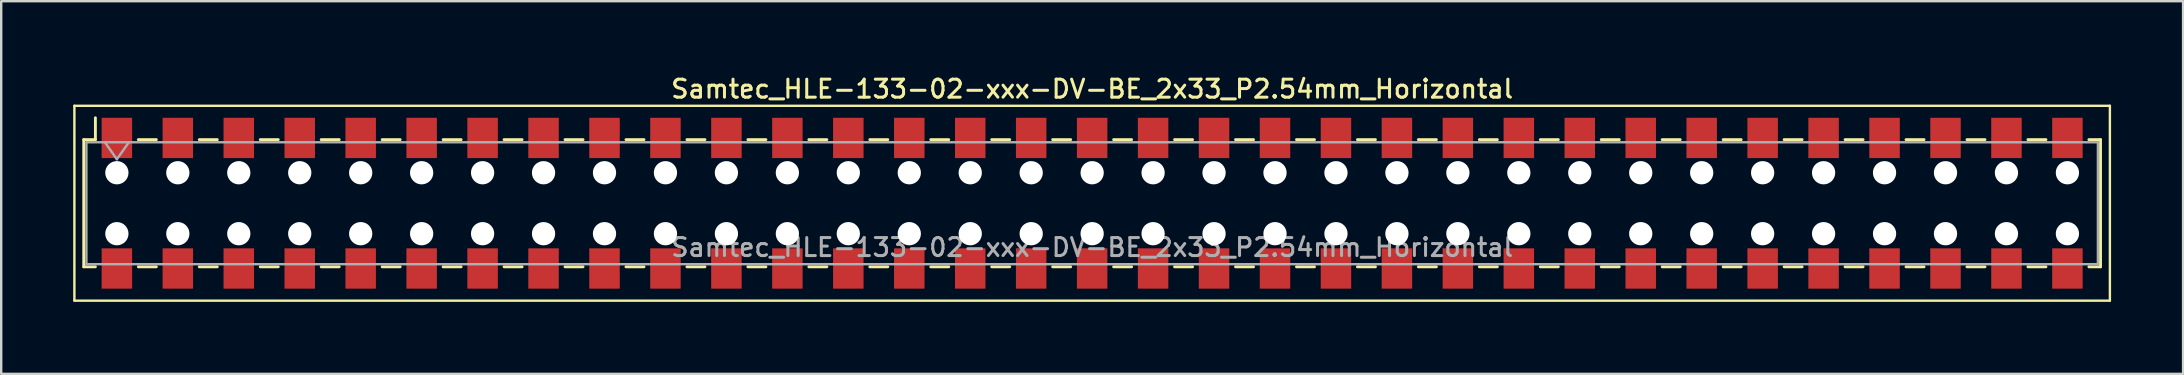
<source format=kicad_pcb>
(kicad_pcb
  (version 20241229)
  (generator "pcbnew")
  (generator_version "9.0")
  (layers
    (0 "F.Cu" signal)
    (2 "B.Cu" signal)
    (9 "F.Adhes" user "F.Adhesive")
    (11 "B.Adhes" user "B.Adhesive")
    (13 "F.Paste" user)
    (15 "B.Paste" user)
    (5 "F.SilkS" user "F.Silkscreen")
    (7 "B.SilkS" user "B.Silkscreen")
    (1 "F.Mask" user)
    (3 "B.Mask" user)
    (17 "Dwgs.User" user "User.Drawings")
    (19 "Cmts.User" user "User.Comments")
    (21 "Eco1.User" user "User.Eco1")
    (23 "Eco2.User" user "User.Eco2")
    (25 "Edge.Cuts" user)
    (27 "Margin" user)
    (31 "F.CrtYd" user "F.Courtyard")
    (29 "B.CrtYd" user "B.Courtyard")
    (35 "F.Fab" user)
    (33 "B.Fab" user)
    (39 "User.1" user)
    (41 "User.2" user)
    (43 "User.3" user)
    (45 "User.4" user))
  (footprint "Samtec_HLE-133-02-xxx-DV-BE_2x33_P2.54mm_Horizontal"
    (layer "F.Cu")
    (at 42.46 5.418)
    (property "Reference" "Samtec_HLE-133-02-xxx-DV-BE_2x33_P2.54mm_Horizontal" (at 0 -4.76 0) (layer "F.SilkS") (effects (font (size 0.75 0.75) (thickness 0.125))))
    (attr smd)
    (fp_line (start -42.41 -4.06) (end 42.41 -4.06) (stroke (width 0.1) (type solid)) (layer "F.SilkS"))
    (fp_line (start -42.41 4.06) (end -42.41 -4.06) (stroke (width 0.1) (type solid)) (layer "F.SilkS"))
    (fp_line (start -42.02 -2.65) (end -42.02 2.65) (stroke (width 0.12) (type solid)) (layer "F.SilkS"))
    (fp_line (start -42.02 2.65) (end -41.535 2.65) (stroke (width 0.12) (type solid)) (layer "F.SilkS"))
    (fp_line (start -41.535 -3.56) (end -41.535 -2.65) (stroke (width 0.12) (type solid)) (layer "F.SilkS"))
    (fp_line (start -41.535 -2.65) (end -42.02 -2.65) (stroke (width 0.12) (type solid)) (layer "F.SilkS"))
    (fp_line (start -39.745 -2.65) (end -38.995 -2.65) (stroke (width 0.12) (type solid)) (layer "F.SilkS"))
    (fp_line (start -39.745 2.65) (end -38.995 2.65) (stroke (width 0.12) (type solid)) (layer "F.SilkS"))
    (fp_line (start -37.205 -2.65) (end -36.455 -2.65) (stroke (width 0.12) (type solid)) (layer "F.SilkS"))
    (fp_line (start -37.205 2.65) (end -36.455 2.65) (stroke (width 0.12) (type solid)) (layer "F.SilkS"))
    (fp_line (start -34.665 -2.65) (end -33.915 -2.65) (stroke (width 0.12) (type solid)) (layer "F.SilkS"))
    (fp_line (start -34.665 2.65) (end -33.915 2.65) (stroke (width 0.12) (type solid)) (layer "F.SilkS"))
    (fp_line (start -32.125 -2.65) (end -31.375 -2.65) (stroke (width 0.12) (type solid)) (layer "F.SilkS"))
    (fp_line (start -32.125 2.65) (end -31.375 2.65) (stroke (width 0.12) (type solid)) (layer "F.SilkS"))
    (fp_line (start -29.585 -2.65) (end -28.835 -2.65) (stroke (width 0.12) (type solid)) (layer "F.SilkS"))
    (fp_line (start -29.585 2.65) (end -28.835 2.65) (stroke (width 0.12) (type solid)) (layer "F.SilkS"))
    (fp_line (start -27.045 -2.65) (end -26.295 -2.65) (stroke (width 0.12) (type solid)) (layer "F.SilkS"))
    (fp_line (start -27.045 2.65) (end -26.295 2.65) (stroke (width 0.12) (type solid)) (layer "F.SilkS"))
    (fp_line (start -24.505 -2.65) (end -23.755 -2.65) (stroke (width 0.12) (type solid)) (layer "F.SilkS"))
    (fp_line (start -24.505 2.65) (end -23.755 2.65) (stroke (width 0.12) (type solid)) (layer "F.SilkS"))
    (fp_line (start -21.965 -2.65) (end -21.215 -2.65) (stroke (width 0.12) (type solid)) (layer "F.SilkS"))
    (fp_line (start -21.965 2.65) (end -21.215 2.65) (stroke (width 0.12) (type solid)) (layer "F.SilkS"))
    (fp_line (start -19.425 -2.65) (end -18.675 -2.65) (stroke (width 0.12) (type solid)) (layer "F.SilkS"))
    (fp_line (start -19.425 2.65) (end -18.675 2.65) (stroke (width 0.12) (type solid)) (layer "F.SilkS"))
    (fp_line (start -16.885 -2.65) (end -16.135 -2.65) (stroke (width 0.12) (type solid)) (layer "F.SilkS"))
    (fp_line (start -16.885 2.65) (end -16.135 2.65) (stroke (width 0.12) (type solid)) (layer "F.SilkS"))
    (fp_line (start -14.345 -2.65) (end -13.595 -2.65) (stroke (width 0.12) (type solid)) (layer "F.SilkS"))
    (fp_line (start -14.345 2.65) (end -13.595 2.65) (stroke (width 0.12) (type solid)) (layer "F.SilkS"))
    (fp_line (start -11.805 -2.65) (end -11.055 -2.65) (stroke (width 0.12) (type solid)) (layer "F.SilkS"))
    (fp_line (start -11.805 2.65) (end -11.055 2.65) (stroke (width 0.12) (type solid)) (layer "F.SilkS"))
    (fp_line (start -9.265 -2.65) (end -8.515 -2.65) (stroke (width 0.12) (type solid)) (layer "F.SilkS"))
    (fp_line (start -9.265 2.65) (end -8.515 2.65) (stroke (width 0.12) (type solid)) (layer "F.SilkS"))
    (fp_line (start -6.725 -2.65) (end -5.975 -2.65) (stroke (width 0.12) (type solid)) (layer "F.SilkS"))
    (fp_line (start -6.725 2.65) (end -5.975 2.65) (stroke (width 0.12) (type solid)) (layer "F.SilkS"))
    (fp_line (start -4.185 -2.65) (end -3.435 -2.65) (stroke (width 0.12) (type solid)) (layer "F.SilkS"))
    (fp_line (start -4.185 2.65) (end -3.435 2.65) (stroke (width 0.12) (type solid)) (layer "F.SilkS"))
    (fp_line (start -1.645 -2.65) (end -0.895 -2.65) (stroke (width 0.12) (type solid)) (layer "F.SilkS"))
    (fp_line (start -1.645 2.65) (end -0.895 2.65) (stroke (width 0.12) (type solid)) (layer "F.SilkS"))
    (fp_line (start 0.895 -2.65) (end 1.645 -2.65) (stroke (width 0.12) (type solid)) (layer "F.SilkS"))
    (fp_line (start 0.895 2.65) (end 1.645 2.65) (stroke (width 0.12) (type solid)) (layer "F.SilkS"))
    (fp_line (start 3.435 -2.65) (end 4.185 -2.65) (stroke (width 0.12) (type solid)) (layer "F.SilkS"))
    (fp_line (start 3.435 2.65) (end 4.185 2.65) (stroke (width 0.12) (type solid)) (layer "F.SilkS"))
    (fp_line (start 5.975 -2.65) (end 6.725 -2.65) (stroke (width 0.12) (type solid)) (layer "F.SilkS"))
    (fp_line (start 5.975 2.65) (end 6.725 2.65) (stroke (width 0.12) (type solid)) (layer "F.SilkS"))
    (fp_line (start 8.515 -2.65) (end 9.265 -2.65) (stroke (width 0.12) (type solid)) (layer "F.SilkS"))
    (fp_line (start 8.515 2.65) (end 9.265 2.65) (stroke (width 0.12) (type solid)) (layer "F.SilkS"))
    (fp_line (start 11.055 -2.65) (end 11.805 -2.65) (stroke (width 0.12) (type solid)) (layer "F.SilkS"))
    (fp_line (start 11.055 2.65) (end 11.805 2.65) (stroke (width 0.12) (type solid)) (layer "F.SilkS"))
    (fp_line (start 13.595 -2.65) (end 14.345 -2.65) (stroke (width 0.12) (type solid)) (layer "F.SilkS"))
    (fp_line (start 13.595 2.65) (end 14.345 2.65) (stroke (width 0.12) (type solid)) (layer "F.SilkS"))
    (fp_line (start 16.135 -2.65) (end 16.885 -2.65) (stroke (width 0.12) (type solid)) (layer "F.SilkS"))
    (fp_line (start 16.135 2.65) (end 16.885 2.65) (stroke (width 0.12) (type solid)) (layer "F.SilkS"))
    (fp_line (start 18.675 -2.65) (end 19.425 -2.65) (stroke (width 0.12) (type solid)) (layer "F.SilkS"))
    (fp_line (start 18.675 2.65) (end 19.425 2.65) (stroke (width 0.12) (type solid)) (layer "F.SilkS"))
    (fp_line (start 21.215 -2.65) (end 21.965 -2.65) (stroke (width 0.12) (type solid)) (layer "F.SilkS"))
    (fp_line (start 21.215 2.65) (end 21.965 2.65) (stroke (width 0.12) (type solid)) (layer "F.SilkS"))
    (fp_line (start 23.755 -2.65) (end 24.505 -2.65) (stroke (width 0.12) (type solid)) (layer "F.SilkS"))
    (fp_line (start 23.755 2.65) (end 24.505 2.65) (stroke (width 0.12) (type solid)) (layer "F.SilkS"))
    (fp_line (start 26.295 -2.65) (end 27.045 -2.65) (stroke (width 0.12) (type solid)) (layer "F.SilkS"))
    (fp_line (start 26.295 2.65) (end 27.045 2.65) (stroke (width 0.12) (type solid)) (layer "F.SilkS"))
    (fp_line (start 28.835 -2.65) (end 29.585 -2.65) (stroke (width 0.12) (type solid)) (layer "F.SilkS"))
    (fp_line (start 28.835 2.65) (end 29.585 2.65) (stroke (width 0.12) (type solid)) (layer "F.SilkS"))
    (fp_line (start 31.375 -2.65) (end 32.125 -2.65) (stroke (width 0.12) (type solid)) (layer "F.SilkS"))
    (fp_line (start 31.375 2.65) (end 32.125 2.65) (stroke (width 0.12) (type solid)) (layer "F.SilkS"))
    (fp_line (start 33.915 -2.65) (end 34.665 -2.65) (stroke (width 0.12) (type solid)) (layer "F.SilkS"))
    (fp_line (start 33.915 2.65) (end 34.665 2.65) (stroke (width 0.12) (type solid)) (layer "F.SilkS"))
    (fp_line (start 36.455 -2.65) (end 37.205 -2.65) (stroke (width 0.12) (type solid)) (layer "F.SilkS"))
    (fp_line (start 36.455 2.65) (end 37.205 2.65) (stroke (width 0.12) (type solid)) (layer "F.SilkS"))
    (fp_line (start 38.995 -2.65) (end 39.745 -2.65) (stroke (width 0.12) (type solid)) (layer "F.SilkS"))
    (fp_line (start 38.995 2.65) (end 39.745 2.65) (stroke (width 0.12) (type solid)) (layer "F.SilkS"))
    (fp_line (start 41.535 -2.65) (end 42.02 -2.65) (stroke (width 0.12) (type solid)) (layer "F.SilkS"))
    (fp_line (start 42.02 -2.65) (end 42.02 2.65) (stroke (width 0.12) (type solid)) (layer "F.SilkS"))
    (fp_line (start 42.02 2.65) (end 41.535 2.65) (stroke (width 0.12) (type solid)) (layer "F.SilkS"))
    (fp_line (start 42.41 -4.06) (end 42.41 4.06) (stroke (width 0.1) (type solid)) (layer "F.SilkS"))
    (fp_line (start 42.41 4.06) (end -42.41 4.06) (stroke (width 0.1) (type solid)) (layer "F.SilkS"))
    (fp_line (start -41.91 -2.54) (end 41.91 -2.54) (stroke (width 0.1) (type solid)) (layer "F.Fab"))
    (fp_line (start -41.91 2.54) (end -41.91 -2.54) (stroke (width 0.1) (type solid)) (layer "F.Fab"))
    (fp_line (start -41.14 -2.54) (end -40.64 -1.833) (stroke (width 0.1) (type solid)) (layer "F.Fab"))
    (fp_line (start -40.64 -1.833) (end -40.14 -2.54) (stroke (width 0.1) (type solid)) (layer "F.Fab"))
    (fp_line (start 41.91 -2.54) (end 41.91 2.54) (stroke (width 0.1) (type solid)) (layer "F.Fab"))
    (fp_line (start 41.91 2.54) (end -41.91 2.54) (stroke (width 0.1) (type solid)) (layer "F.Fab"))
    (fp_text user "${REFERENCE}" (at 0 1.84 0) (layer "F.Fab") (effects (font (size 0.75 0.75) (thickness 0.125))))
    (pad "" np_thru_hole circle (at -40.64 -1.27) (size 0.97 0.97) (drill 0.97) (layers "*.Cu" "*.Mask"))
    (pad "" np_thru_hole circle (at -40.64 1.27) (size 0.97 0.97) (drill 0.97) (layers "*.Cu" "*.Mask"))
    (pad "" np_thru_hole circle (at -38.1 -1.27) (size 0.97 0.97) (drill 0.97) (layers "*.Cu" "*.Mask"))
    (pad "" np_thru_hole circle (at -38.1 1.27) (size 0.97 0.97) (drill 0.97) (layers "*.Cu" "*.Mask"))
    (pad "" np_thru_hole circle (at -35.56 -1.27) (size 0.97 0.97) (drill 0.97) (layers "*.Cu" "*.Mask"))
    (pad "" np_thru_hole circle (at -35.56 1.27) (size 0.97 0.97) (drill 0.97) (layers "*.Cu" "*.Mask"))
    (pad "" np_thru_hole circle (at -33.02 -1.27) (size 0.97 0.97) (drill 0.97) (layers "*.Cu" "*.Mask"))
    (pad "" np_thru_hole circle (at -33.02 1.27) (size 0.97 0.97) (drill 0.97) (layers "*.Cu" "*.Mask"))
    (pad "" np_thru_hole circle (at -30.48 -1.27) (size 0.97 0.97) (drill 0.97) (layers "*.Cu" "*.Mask"))
    (pad "" np_thru_hole circle (at -30.48 1.27) (size 0.97 0.97) (drill 0.97) (layers "*.Cu" "*.Mask"))
    (pad "" np_thru_hole circle (at -27.94 -1.27) (size 0.97 0.97) (drill 0.97) (layers "*.Cu" "*.Mask"))
    (pad "" np_thru_hole circle (at -27.94 1.27) (size 0.97 0.97) (drill 0.97) (layers "*.Cu" "*.Mask"))
    (pad "" np_thru_hole circle (at -25.4 -1.27) (size 0.97 0.97) (drill 0.97) (layers "*.Cu" "*.Mask"))
    (pad "" np_thru_hole circle (at -25.4 1.27) (size 0.97 0.97) (drill 0.97) (layers "*.Cu" "*.Mask"))
    (pad "" np_thru_hole circle (at -22.86 -1.27) (size 0.97 0.97) (drill 0.97) (layers "*.Cu" "*.Mask"))
    (pad "" np_thru_hole circle (at -22.86 1.27) (size 0.97 0.97) (drill 0.97) (layers "*.Cu" "*.Mask"))
    (pad "" np_thru_hole circle (at -20.32 -1.27) (size 0.97 0.97) (drill 0.97) (layers "*.Cu" "*.Mask"))
    (pad "" np_thru_hole circle (at -20.32 1.27) (size 0.97 0.97) (drill 0.97) (layers "*.Cu" "*.Mask"))
    (pad "" np_thru_hole circle (at -17.78 -1.27) (size 0.97 0.97) (drill 0.97) (layers "*.Cu" "*.Mask"))
    (pad "" np_thru_hole circle (at -17.78 1.27) (size 0.97 0.97) (drill 0.97) (layers "*.Cu" "*.Mask"))
    (pad "" np_thru_hole circle (at -15.24 -1.27) (size 0.97 0.97) (drill 0.97) (layers "*.Cu" "*.Mask"))
    (pad "" np_thru_hole circle (at -15.24 1.27) (size 0.97 0.97) (drill 0.97) (layers "*.Cu" "*.Mask"))
    (pad "" np_thru_hole circle (at -12.7 -1.27) (size 0.97 0.97) (drill 0.97) (layers "*.Cu" "*.Mask"))
    (pad "" np_thru_hole circle (at -12.7 1.27) (size 0.97 0.97) (drill 0.97) (layers "*.Cu" "*.Mask"))
    (pad "" np_thru_hole circle (at -10.16 -1.27) (size 0.97 0.97) (drill 0.97) (layers "*.Cu" "*.Mask"))
    (pad "" np_thru_hole circle (at -10.16 1.27) (size 0.97 0.97) (drill 0.97) (layers "*.Cu" "*.Mask"))
    (pad "" np_thru_hole circle (at -7.62 -1.27) (size 0.97 0.97) (drill 0.97) (layers "*.Cu" "*.Mask"))
    (pad "" np_thru_hole circle (at -7.62 1.27) (size 0.97 0.97) (drill 0.97) (layers "*.Cu" "*.Mask"))
    (pad "" np_thru_hole circle (at -5.08 -1.27) (size 0.97 0.97) (drill 0.97) (layers "*.Cu" "*.Mask"))
    (pad "" np_thru_hole circle (at -5.08 1.27) (size 0.97 0.97) (drill 0.97) (layers "*.Cu" "*.Mask"))
    (pad "" np_thru_hole circle (at -2.54 -1.27) (size 0.97 0.97) (drill 0.97) (layers "*.Cu" "*.Mask"))
    (pad "" np_thru_hole circle (at -2.54 1.27) (size 0.97 0.97) (drill 0.97) (layers "*.Cu" "*.Mask"))
    (pad "" np_thru_hole circle (at 0 -1.27) (size 0.97 0.97) (drill 0.97) (layers "*.Cu" "*.Mask"))
    (pad "" np_thru_hole circle (at 0 1.27) (size 0.97 0.97) (drill 0.97) (layers "*.Cu" "*.Mask"))
    (pad "" np_thru_hole circle (at 2.54 -1.27) (size 0.97 0.97) (drill 0.97) (layers "*.Cu" "*.Mask"))
    (pad "" np_thru_hole circle (at 2.54 1.27) (size 0.97 0.97) (drill 0.97) (layers "*.Cu" "*.Mask"))
    (pad "" np_thru_hole circle (at 5.08 -1.27) (size 0.97 0.97) (drill 0.97) (layers "*.Cu" "*.Mask"))
    (pad "" np_thru_hole circle (at 5.08 1.27) (size 0.97 0.97) (drill 0.97) (layers "*.Cu" "*.Mask"))
    (pad "" np_thru_hole circle (at 7.62 -1.27) (size 0.97 0.97) (drill 0.97) (layers "*.Cu" "*.Mask"))
    (pad "" np_thru_hole circle (at 7.62 1.27) (size 0.97 0.97) (drill 0.97) (layers "*.Cu" "*.Mask"))
    (pad "" np_thru_hole circle (at 10.16 -1.27) (size 0.97 0.97) (drill 0.97) (layers "*.Cu" "*.Mask"))
    (pad "" np_thru_hole circle (at 10.16 1.27) (size 0.97 0.97) (drill 0.97) (layers "*.Cu" "*.Mask"))
    (pad "" np_thru_hole circle (at 12.7 -1.27) (size 0.97 0.97) (drill 0.97) (layers "*.Cu" "*.Mask"))
    (pad "" np_thru_hole circle (at 12.7 1.27) (size 0.97 0.97) (drill 0.97) (layers "*.Cu" "*.Mask"))
    (pad "" np_thru_hole circle (at 15.24 -1.27) (size 0.97 0.97) (drill 0.97) (layers "*.Cu" "*.Mask"))
    (pad "" np_thru_hole circle (at 15.24 1.27) (size 0.97 0.97) (drill 0.97) (layers "*.Cu" "*.Mask"))
    (pad "" np_thru_hole circle (at 17.78 -1.27) (size 0.97 0.97) (drill 0.97) (layers "*.Cu" "*.Mask"))
    (pad "" np_thru_hole circle (at 17.78 1.27) (size 0.97 0.97) (drill 0.97) (layers "*.Cu" "*.Mask"))
    (pad "" np_thru_hole circle (at 20.32 -1.27) (size 0.97 0.97) (drill 0.97) (layers "*.Cu" "*.Mask"))
    (pad "" np_thru_hole circle (at 20.32 1.27) (size 0.97 0.97) (drill 0.97) (layers "*.Cu" "*.Mask"))
    (pad "" np_thru_hole circle (at 22.86 -1.27) (size 0.97 0.97) (drill 0.97) (layers "*.Cu" "*.Mask"))
    (pad "" np_thru_hole circle (at 22.86 1.27) (size 0.97 0.97) (drill 0.97) (layers "*.Cu" "*.Mask"))
    (pad "" np_thru_hole circle (at 25.4 -1.27) (size 0.97 0.97) (drill 0.97) (layers "*.Cu" "*.Mask"))
    (pad "" np_thru_hole circle (at 25.4 1.27) (size 0.97 0.97) (drill 0.97) (layers "*.Cu" "*.Mask"))
    (pad "" np_thru_hole circle (at 27.94 -1.27) (size 0.97 0.97) (drill 0.97) (layers "*.Cu" "*.Mask"))
    (pad "" np_thru_hole circle (at 27.94 1.27) (size 0.97 0.97) (drill 0.97) (layers "*.Cu" "*.Mask"))
    (pad "" np_thru_hole circle (at 30.48 -1.27) (size 0.97 0.97) (drill 0.97) (layers "*.Cu" "*.Mask"))
    (pad "" np_thru_hole circle (at 30.48 1.27) (size 0.97 0.97) (drill 0.97) (layers "*.Cu" "*.Mask"))
    (pad "" np_thru_hole circle (at 33.02 -1.27) (size 0.97 0.97) (drill 0.97) (layers "*.Cu" "*.Mask"))
    (pad "" np_thru_hole circle (at 33.02 1.27) (size 0.97 0.97) (drill 0.97) (layers "*.Cu" "*.Mask"))
    (pad "" np_thru_hole circle (at 35.56 -1.27) (size 0.97 0.97) (drill 0.97) (layers "*.Cu" "*.Mask"))
    (pad "" np_thru_hole circle (at 35.56 1.27) (size 0.97 0.97) (drill 0.97) (layers "*.Cu" "*.Mask"))
    (pad "" np_thru_hole circle (at 38.1 -1.27) (size 0.97 0.97) (drill 0.97) (layers "*.Cu" "*.Mask"))
    (pad "" np_thru_hole circle (at 38.1 1.27) (size 0.97 0.97) (drill 0.97) (layers "*.Cu" "*.Mask"))
    (pad "" np_thru_hole circle (at 40.64 -1.27) (size 0.97 0.97) (drill 0.97) (layers "*.Cu" "*.Mask"))
    (pad "" np_thru_hole circle (at 40.64 1.27) (size 0.97 0.97) (drill 0.97) (layers "*.Cu" "*.Mask"))
    (pad "1" smd rect (at -40.64 -2.72) (size 1.27 1.68) (layers "F.Cu" "F.Mask" "F.Paste"))
    (pad "2" smd rect (at -40.64 2.72) (size 1.27 1.68) (layers "F.Cu" "F.Mask" "F.Paste"))
    (pad "3" smd rect (at -38.1 -2.72) (size 1.27 1.68) (layers "F.Cu" "F.Mask" "F.Paste"))
    (pad "4" smd rect (at -38.1 2.72) (size 1.27 1.68) (layers "F.Cu" "F.Mask" "F.Paste"))
    (pad "5" smd rect (at -35.56 -2.72) (size 1.27 1.68) (layers "F.Cu" "F.Mask" "F.Paste"))
    (pad "6" smd rect (at -35.56 2.72) (size 1.27 1.68) (layers "F.Cu" "F.Mask" "F.Paste"))
    (pad "7" smd rect (at -33.02 -2.72) (size 1.27 1.68) (layers "F.Cu" "F.Mask" "F.Paste"))
    (pad "8" smd rect (at -33.02 2.72) (size 1.27 1.68) (layers "F.Cu" "F.Mask" "F.Paste"))
    (pad "9" smd rect (at -30.48 -2.72) (size 1.27 1.68) (layers "F.Cu" "F.Mask" "F.Paste"))
    (pad "10" smd rect (at -30.48 2.72) (size 1.27 1.68) (layers "F.Cu" "F.Mask" "F.Paste"))
    (pad "11" smd rect (at -27.94 -2.72) (size 1.27 1.68) (layers "F.Cu" "F.Mask" "F.Paste"))
    (pad "12" smd rect (at -27.94 2.72) (size 1.27 1.68) (layers "F.Cu" "F.Mask" "F.Paste"))
    (pad "13" smd rect (at -25.4 -2.72) (size 1.27 1.68) (layers "F.Cu" "F.Mask" "F.Paste"))
    (pad "14" smd rect (at -25.4 2.72) (size 1.27 1.68) (layers "F.Cu" "F.Mask" "F.Paste"))
    (pad "15" smd rect (at -22.86 -2.72) (size 1.27 1.68) (layers "F.Cu" "F.Mask" "F.Paste"))
    (pad "16" smd rect (at -22.86 2.72) (size 1.27 1.68) (layers "F.Cu" "F.Mask" "F.Paste"))
    (pad "17" smd rect (at -20.32 -2.72) (size 1.27 1.68) (layers "F.Cu" "F.Mask" "F.Paste"))
    (pad "18" smd rect (at -20.32 2.72) (size 1.27 1.68) (layers "F.Cu" "F.Mask" "F.Paste"))
    (pad "19" smd rect (at -17.78 -2.72) (size 1.27 1.68) (layers "F.Cu" "F.Mask" "F.Paste"))
    (pad "20" smd rect (at -17.78 2.72) (size 1.27 1.68) (layers "F.Cu" "F.Mask" "F.Paste"))
    (pad "21" smd rect (at -15.24 -2.72) (size 1.27 1.68) (layers "F.Cu" "F.Mask" "F.Paste"))
    (pad "22" smd rect (at -15.24 2.72) (size 1.27 1.68) (layers "F.Cu" "F.Mask" "F.Paste"))
    (pad "23" smd rect (at -12.7 -2.72) (size 1.27 1.68) (layers "F.Cu" "F.Mask" "F.Paste"))
    (pad "24" smd rect (at -12.7 2.72) (size 1.27 1.68) (layers "F.Cu" "F.Mask" "F.Paste"))
    (pad "25" smd rect (at -10.16 -2.72) (size 1.27 1.68) (layers "F.Cu" "F.Mask" "F.Paste"))
    (pad "26" smd rect (at -10.16 2.72) (size 1.27 1.68) (layers "F.Cu" "F.Mask" "F.Paste"))
    (pad "27" smd rect (at -7.62 -2.72) (size 1.27 1.68) (layers "F.Cu" "F.Mask" "F.Paste"))
    (pad "28" smd rect (at -7.62 2.72) (size 1.27 1.68) (layers "F.Cu" "F.Mask" "F.Paste"))
    (pad "29" smd rect (at -5.08 -2.72) (size 1.27 1.68) (layers "F.Cu" "F.Mask" "F.Paste"))
    (pad "30" smd rect (at -5.08 2.72) (size 1.27 1.68) (layers "F.Cu" "F.Mask" "F.Paste"))
    (pad "31" smd rect (at -2.54 -2.72) (size 1.27 1.68) (layers "F.Cu" "F.Mask" "F.Paste"))
    (pad "32" smd rect (at -2.54 2.72) (size 1.27 1.68) (layers "F.Cu" "F.Mask" "F.Paste"))
    (pad "33" smd rect (at 0 -2.72) (size 1.27 1.68) (layers "F.Cu" "F.Mask" "F.Paste"))
    (pad "34" smd rect (at 0 2.72) (size 1.27 1.68) (layers "F.Cu" "F.Mask" "F.Paste"))
    (pad "35" smd rect (at 2.54 -2.72) (size 1.27 1.68) (layers "F.Cu" "F.Mask" "F.Paste"))
    (pad "36" smd rect (at 2.54 2.72) (size 1.27 1.68) (layers "F.Cu" "F.Mask" "F.Paste"))
    (pad "37" smd rect (at 5.08 -2.72) (size 1.27 1.68) (layers "F.Cu" "F.Mask" "F.Paste"))
    (pad "38" smd rect (at 5.08 2.72) (size 1.27 1.68) (layers "F.Cu" "F.Mask" "F.Paste"))
    (pad "39" smd rect (at 7.62 -2.72) (size 1.27 1.68) (layers "F.Cu" "F.Mask" "F.Paste"))
    (pad "40" smd rect (at 7.62 2.72) (size 1.27 1.68) (layers "F.Cu" "F.Mask" "F.Paste"))
    (pad "41" smd rect (at 10.16 -2.72) (size 1.27 1.68) (layers "F.Cu" "F.Mask" "F.Paste"))
    (pad "42" smd rect (at 10.16 2.72) (size 1.27 1.68) (layers "F.Cu" "F.Mask" "F.Paste"))
    (pad "43" smd rect (at 12.7 -2.72) (size 1.27 1.68) (layers "F.Cu" "F.Mask" "F.Paste"))
    (pad "44" smd rect (at 12.7 2.72) (size 1.27 1.68) (layers "F.Cu" "F.Mask" "F.Paste"))
    (pad "45" smd rect (at 15.24 -2.72) (size 1.27 1.68) (layers "F.Cu" "F.Mask" "F.Paste"))
    (pad "46" smd rect (at 15.24 2.72) (size 1.27 1.68) (layers "F.Cu" "F.Mask" "F.Paste"))
    (pad "47" smd rect (at 17.78 -2.72) (size 1.27 1.68) (layers "F.Cu" "F.Mask" "F.Paste"))
    (pad "48" smd rect (at 17.78 2.72) (size 1.27 1.68) (layers "F.Cu" "F.Mask" "F.Paste"))
    (pad "49" smd rect (at 20.32 -2.72) (size 1.27 1.68) (layers "F.Cu" "F.Mask" "F.Paste"))
    (pad "50" smd rect (at 20.32 2.72) (size 1.27 1.68) (layers "F.Cu" "F.Mask" "F.Paste"))
    (pad "51" smd rect (at 22.86 -2.72) (size 1.27 1.68) (layers "F.Cu" "F.Mask" "F.Paste"))
    (pad "52" smd rect (at 22.86 2.72) (size 1.27 1.68) (layers "F.Cu" "F.Mask" "F.Paste"))
    (pad "53" smd rect (at 25.4 -2.72) (size 1.27 1.68) (layers "F.Cu" "F.Mask" "F.Paste"))
    (pad "54" smd rect (at 25.4 2.72) (size 1.27 1.68) (layers "F.Cu" "F.Mask" "F.Paste"))
    (pad "55" smd rect (at 27.94 -2.72) (size 1.27 1.68) (layers "F.Cu" "F.Mask" "F.Paste"))
    (pad "56" smd rect (at 27.94 2.72) (size 1.27 1.68) (layers "F.Cu" "F.Mask" "F.Paste"))
    (pad "57" smd rect (at 30.48 -2.72) (size 1.27 1.68) (layers "F.Cu" "F.Mask" "F.Paste"))
    (pad "58" smd rect (at 30.48 2.72) (size 1.27 1.68) (layers "F.Cu" "F.Mask" "F.Paste"))
    (pad "59" smd rect (at 33.02 -2.72) (size 1.27 1.68) (layers "F.Cu" "F.Mask" "F.Paste"))
    (pad "60" smd rect (at 33.02 2.72) (size 1.27 1.68) (layers "F.Cu" "F.Mask" "F.Paste"))
    (pad "61" smd rect (at 35.56 -2.72) (size 1.27 1.68) (layers "F.Cu" "F.Mask" "F.Paste"))
    (pad "62" smd rect (at 35.56 2.72) (size 1.27 1.68) (layers "F.Cu" "F.Mask" "F.Paste"))
    (pad "63" smd rect (at 38.1 -2.72) (size 1.27 1.68) (layers "F.Cu" "F.Mask" "F.Paste"))
    (pad "64" smd rect (at 38.1 2.72) (size 1.27 1.68) (layers "F.Cu" "F.Mask" "F.Paste"))
    (pad "65" smd rect (at 40.64 -2.72) (size 1.27 1.68) (layers "F.Cu" "F.Mask" "F.Paste"))
    (pad "66" smd rect (at 40.64 2.72) (size 1.27 1.68) (layers "F.Cu" "F.Mask" "F.Paste")))
  (gr_rect
    (start -3 -3)
    (end 87.92 12.528)
    (stroke (width 0.1) (type default))
    (fill no)
    (layer "Edge.Cuts")))
</source>
